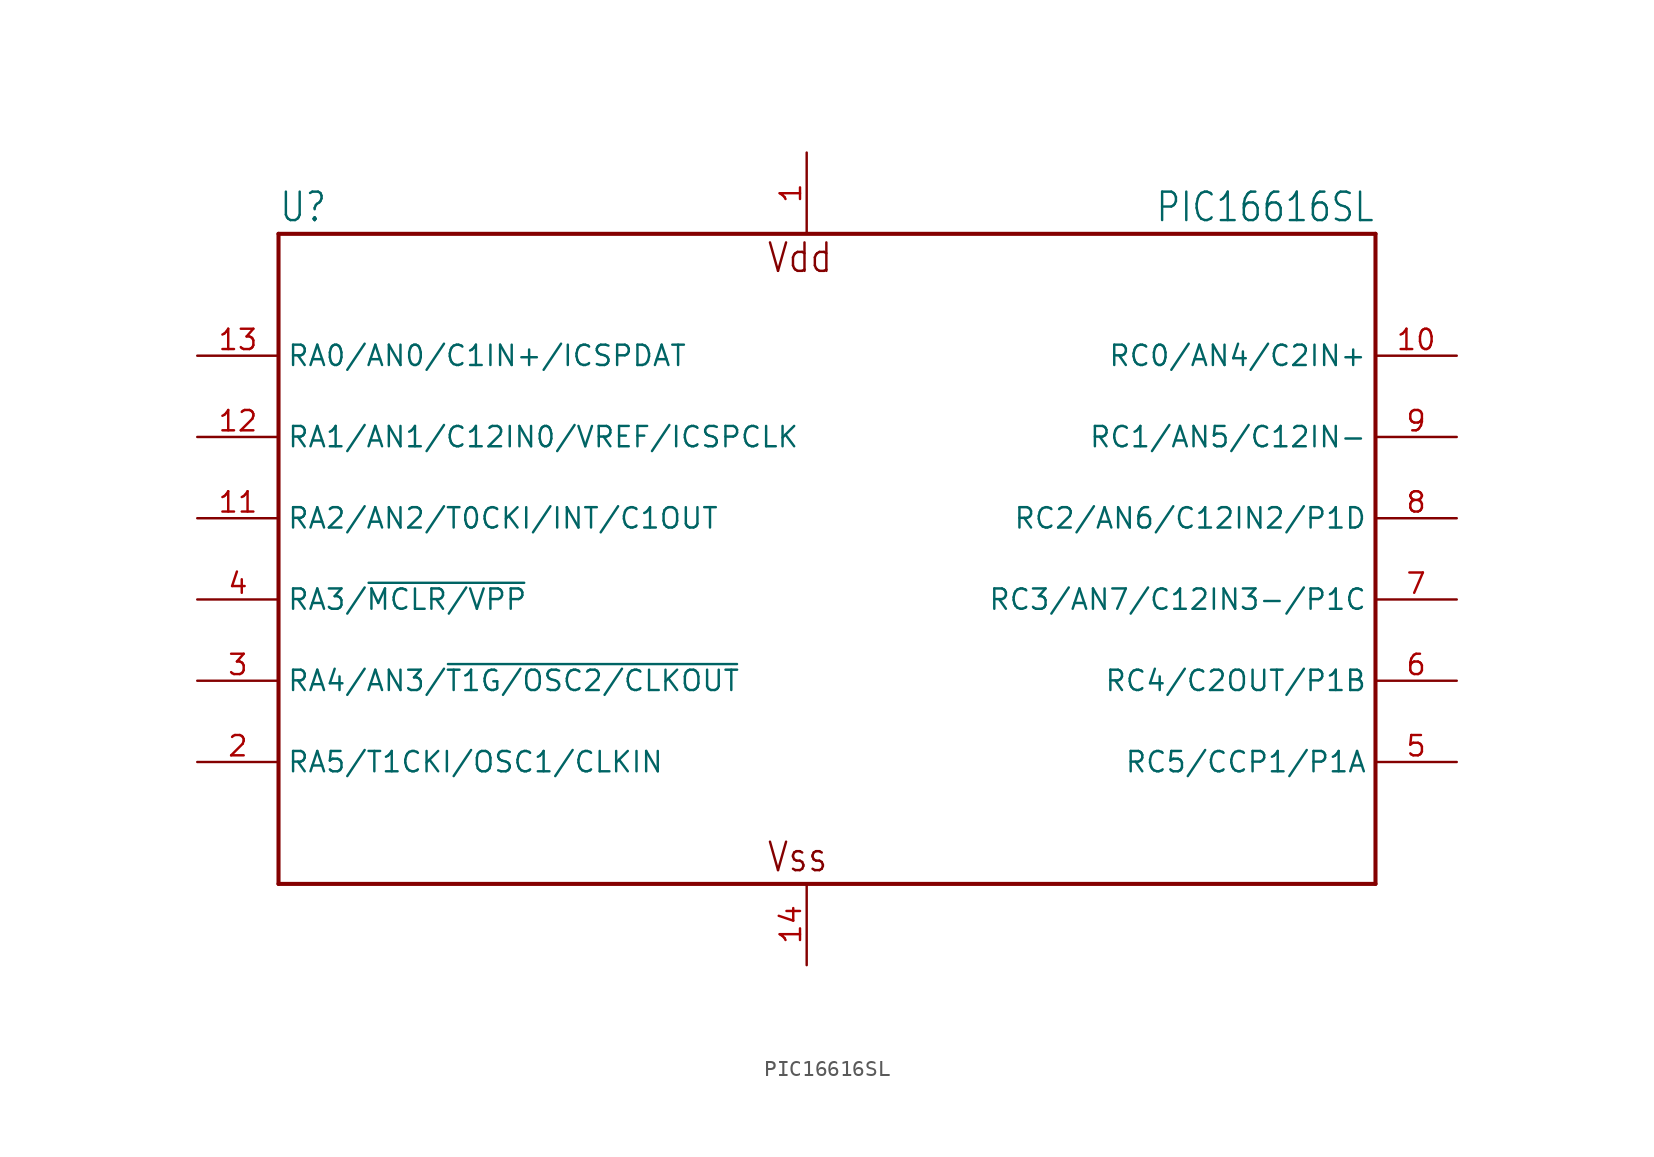
<source format=kicad_sym>
(kicad_symbol_lib
  (version 20211014)
  (generator kicad_symbol_editor)
  (symbol "PIC16616SL"
    (property "Reference" "U"
      (at -33.02 20.955 0)
      (effects (font (size 1.778 1.511)) (justify left bottom)))
    (property "Value" "PIC16616SL"
      (at 35.56 20.955 0)
      (effects (font (size 1.778 1.511)) (justify right bottom)))
    (property "ki_locked" ""
      (at 0 0 0)
      (effects (font (size 1.27 1.27))))
    (symbol "PIC16616SL_1_0"
      (polyline (pts (xy -33.02 -20.32) (xy 35.56 -20.32)) (stroke (width 0.254) (type default) (color 0 0 0 0)) (fill (type none)))
      (polyline (pts (xy -33.02 20.32) (xy -33.02 -20.32)) (stroke (width 0.254) (type default) (color 0 0 0 0)) (fill (type none)))
      (polyline (pts (xy 35.56 -20.32) (xy 35.56 20.32)) (stroke (width 0.254) (type default) (color 0 0 0 0)) (fill (type none)))
      (polyline (pts (xy 35.56 20.32) (xy -33.02 20.32)) (stroke (width 0.254) (type default) (color 0 0 0 0)) (fill (type none)))
      (text "Vdd" (at -2.54 17.78 0) (effects (font (size 1.778 1.511)) (justify left bottom)))
      (text "Vss" (at -2.54 -19.685 0) (effects (font (size 1.778 1.511)) (justify left bottom)))
      (pin power_in line (at 0 25.4 270) (length 5.08) (name "VDD" (effects (font (size 0 0)))) (number "1" (effects (font (size 1.27 1.27)))))
      (pin bidirectional line (at 40.64 12.7 180) (length 5.08) (name "RC0/AN4/C2IN+" (effects (font (size 1.27 1.27)))) (number "10" (effects (font (size 1.27 1.27)))))
      (pin bidirectional line (at -38.1 2.54 0) (length 5.08) (name "RA2/AN2/T0CKI/INT/C1OUT" (effects (font (size 1.27 1.27)))) (number "11" (effects (font (size 1.27 1.27)))))
      (pin bidirectional line (at -38.1 7.62 0) (length 5.08) (name "RA1/AN1/C12IN0/VREF/ICSPCLK" (effects (font (size 1.27 1.27)))) (number "12" (effects (font (size 1.27 1.27)))))
      (pin bidirectional line (at -38.1 12.7 0) (length 5.08) (name "RA0/AN0/C1IN+/ICSPDAT" (effects (font (size 1.27 1.27)))) (number "13" (effects (font (size 1.27 1.27)))))
      (pin power_in line (at 0 -25.4 90) (length 5.08) (name "VSS" (effects (font (size 0 0)))) (number "14" (effects (font (size 1.27 1.27)))))
      (pin bidirectional line (at -38.1 -12.7 0) (length 5.08) (name "RA5/T1CKI/OSC1/CLKIN" (effects (font (size 1.27 1.27)))) (number "2" (effects (font (size 1.27 1.27)))))
      (pin bidirectional line (at -38.1 -7.62 0) (length 5.08) (name "RA4/AN3/~{T1G/OSC2/CLKOUT}" (effects (font (size 1.27 1.27)))) (number "3" (effects (font (size 1.27 1.27)))))
      (pin input line (at -38.1 -2.54 0) (length 5.08) (name "RA3/~{MCLR/VPP}" (effects (font (size 1.27 1.27)))) (number "4" (effects (font (size 1.27 1.27)))))
      (pin bidirectional line (at 40.64 -12.7 180) (length 5.08) (name "RC5/CCP1/P1A" (effects (font (size 1.27 1.27)))) (number "5" (effects (font (size 1.27 1.27)))))
      (pin bidirectional line (at 40.64 -7.62 180) (length 5.08) (name "RC4/C2OUT/P1B" (effects (font (size 1.27 1.27)))) (number "6" (effects (font (size 1.27 1.27)))))
      (pin bidirectional line (at 40.64 -2.54 180) (length 5.08) (name "RC3/AN7/C12IN3-/P1C" (effects (font (size 1.27 1.27)))) (number "7" (effects (font (size 1.27 1.27)))))
      (pin bidirectional line (at 40.64 2.54 180) (length 5.08) (name "RC2/AN6/C12IN2/P1D" (effects (font (size 1.27 1.27)))) (number "8" (effects (font (size 1.27 1.27)))))
      (pin bidirectional line (at 40.64 7.62 180) (length 5.08) (name "RC1/AN5/C12IN-" (effects (font (size 1.27 1.27)))) (number "9" (effects (font (size 1.27 1.27))))))))
</source>
